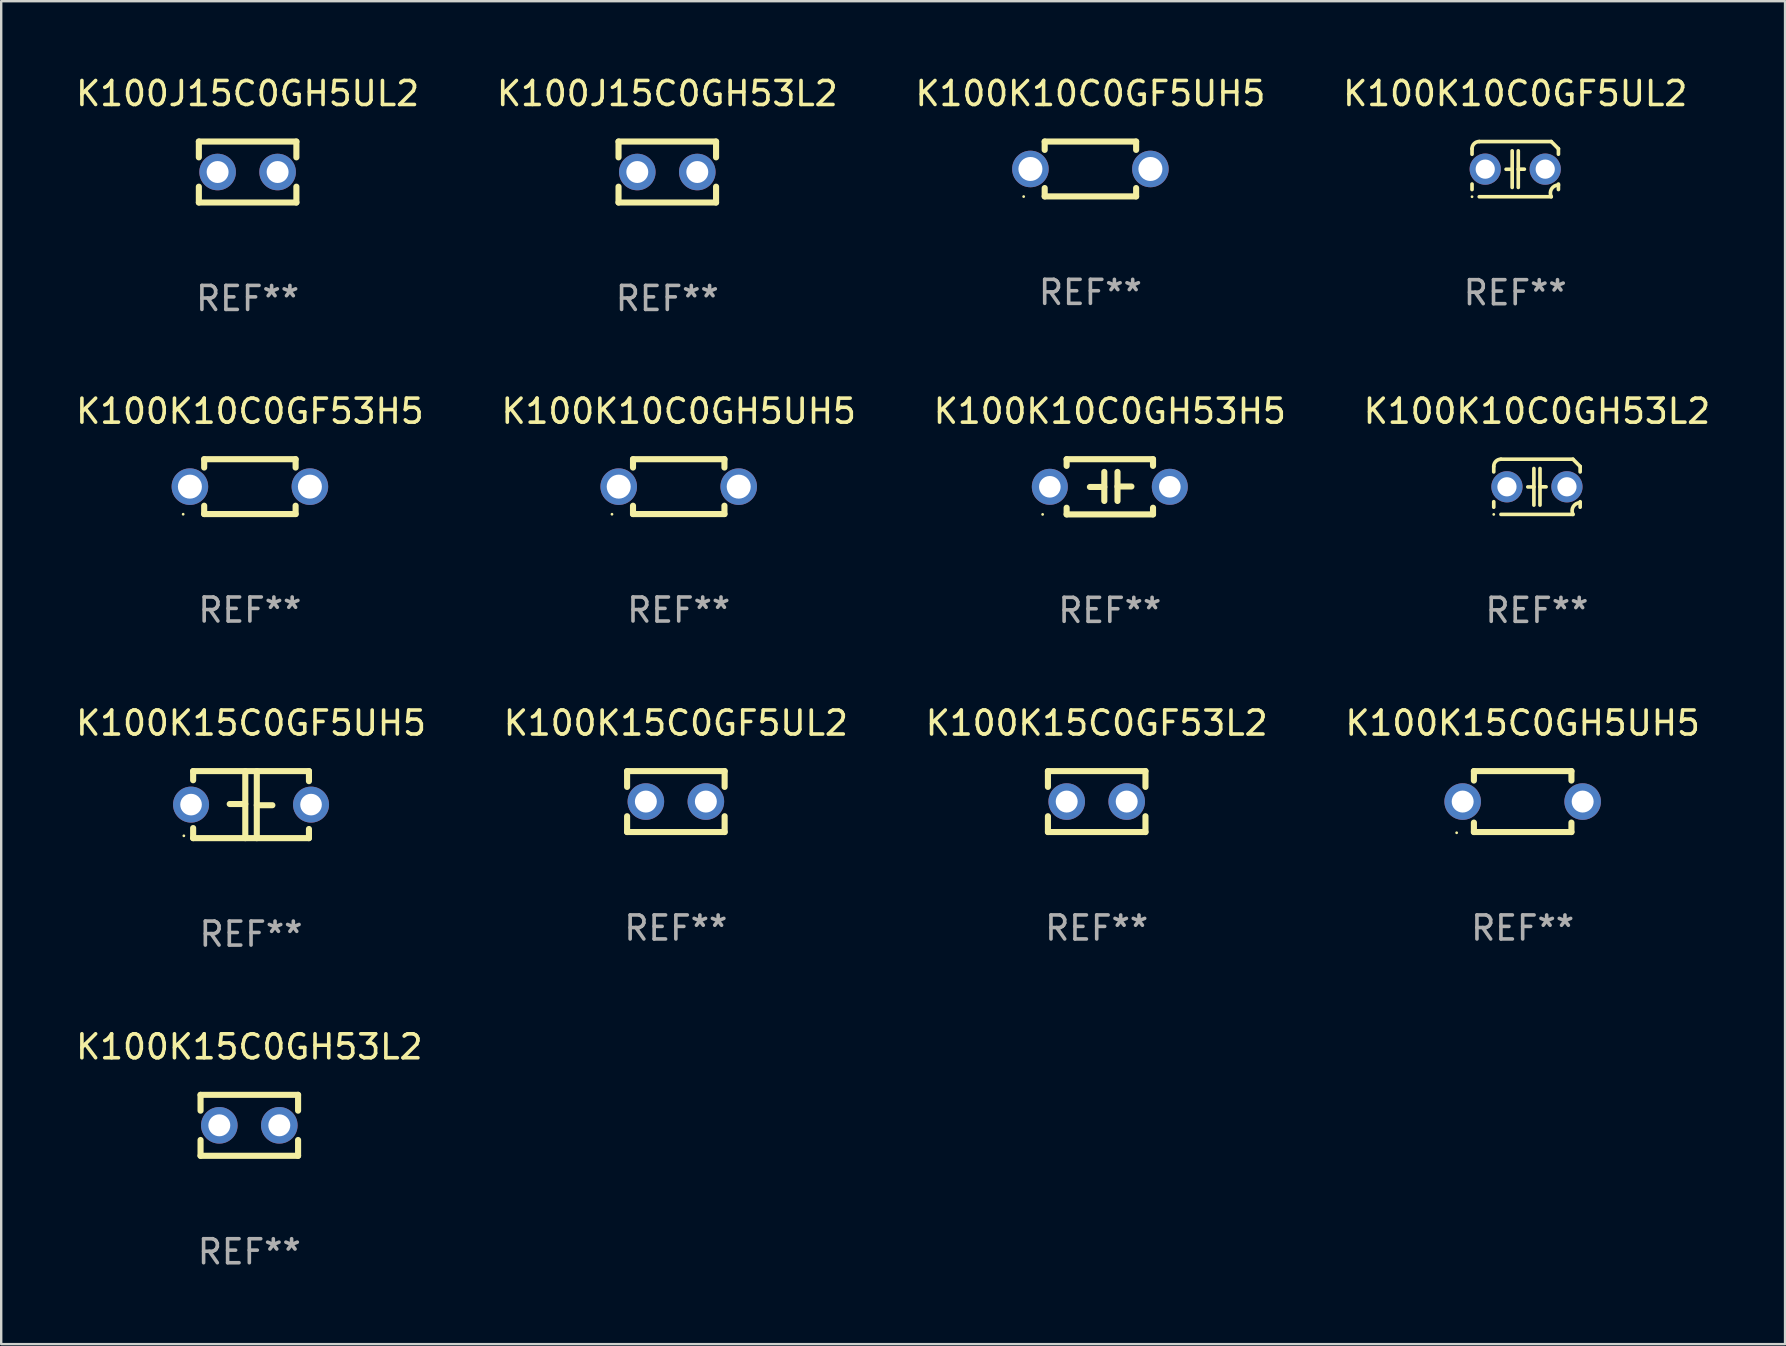
<source format=kicad_pcb>
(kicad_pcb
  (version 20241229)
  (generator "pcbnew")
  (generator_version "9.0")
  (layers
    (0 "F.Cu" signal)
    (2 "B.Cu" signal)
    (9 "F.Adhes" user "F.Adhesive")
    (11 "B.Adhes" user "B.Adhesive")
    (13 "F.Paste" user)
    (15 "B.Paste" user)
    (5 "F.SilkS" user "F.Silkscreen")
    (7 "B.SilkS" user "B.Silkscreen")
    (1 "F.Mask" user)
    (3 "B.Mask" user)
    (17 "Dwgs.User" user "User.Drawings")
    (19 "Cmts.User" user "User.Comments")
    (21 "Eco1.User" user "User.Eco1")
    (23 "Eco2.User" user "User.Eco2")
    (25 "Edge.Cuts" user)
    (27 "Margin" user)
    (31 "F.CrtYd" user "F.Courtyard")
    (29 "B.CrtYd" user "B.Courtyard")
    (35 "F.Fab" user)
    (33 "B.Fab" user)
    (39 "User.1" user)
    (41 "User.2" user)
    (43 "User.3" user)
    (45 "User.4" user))
  (footprint "K100K10C0GF5UH5"
    (layer "F.Cu")
    (at 42.387 3.991)
    (property "Reference" "K100K10C0GF5UH5" (at 0 -3.143 0) (layer "F.SilkS") (effects (font (size 1 1) (thickness 0.15))))
    (attr through_hole)
    (fp_line (start -1.905 -1.143) (end 1.905 -1.143) (stroke (width 0.254) (type solid)) (layer "F.SilkS"))
    (fp_line (start -1.905 -0.795) (end -1.905 -1.143) (stroke (width 0.254) (type solid)) (layer "F.SilkS"))
    (fp_line (start -1.905 1.143) (end -1.905 0.795) (stroke (width 0.254) (type solid)) (layer "F.SilkS"))
    (fp_line (start 1.905 -1.143) (end 1.905 -0.795) (stroke (width 0.254) (type solid)) (layer "F.SilkS"))
    (fp_line (start 1.905 0.795) (end 1.905 1.143) (stroke (width 0.254) (type solid)) (layer "F.SilkS"))
    (fp_line (start 1.905 1.143) (end -1.905 1.143) (stroke (width 0.254) (type solid)) (layer "F.SilkS"))
    (fp_circle (center -2.781 1.15) (end -2.751 1.15) (stroke (width 0.06) (type solid)) (fill no) (layer "F.SilkS"))
    (fp_text user "REF**" (at 0 5.143 0) (layer "F.Fab") (effects (font (size 1 1) (thickness 0.15))))
    (pad "1" thru_hole circle (at -2.5 0) (size 1.524 1.524) (drill 1) (layers "*.Cu" "*.Mask"))
    (pad "2" thru_hole circle (at 2.5 0) (size 1.524 1.524) (drill 1) (layers "*.Cu" "*.Mask")))
  (footprint "K100K10C0GH53H5"
    (layer "F.Cu")
    (at 43.196 17.235)
    (property "Reference" "K100K10C0GH53H5" (at 0 -3.15 0) (layer "F.SilkS") (effects (font (size 1 1) (thickness 0.15))))
    (attr through_hole)
    (fp_line (start -1.8 -1.15) (end -1.8 -0.872) (stroke (width 0.254) (type solid)) (layer "F.SilkS"))
    (fp_line (start -1.8 -1.15) (end 1.8 -1.15) (stroke (width 0.254) (type solid)) (layer "F.SilkS"))
    (fp_line (start -1.8 0.872) (end -1.8 1.15) (stroke (width 0.254) (type solid)) (layer "F.SilkS"))
    (fp_line (start -1.8 1.15) (end 1.8 1.15) (stroke (width 0.254) (type solid)) (layer "F.SilkS"))
    (fp_line (start -0.23 -0.62) (end -0.23 0.59) (stroke (width 0.254) (type solid)) (layer "F.SilkS"))
    (fp_line (start -0.23 0.007) (end -0.83 0.007) (stroke (width 0.254) (type solid)) (layer "F.SilkS"))
    (fp_line (start 0.32 -0.62) (end 0.32 0.59) (stroke (width 0.254) (type solid)) (layer "F.SilkS"))
    (fp_line (start 0.32 -0.012) (end 0.9 -0.012) (stroke (width 0.254) (type solid)) (layer "F.SilkS"))
    (fp_line (start 1.8 -1.15) (end 1.8 -0.872) (stroke (width 0.254) (type solid)) (layer "F.SilkS"))
    (fp_line (start 1.8 0.872) (end 1.8 1.15) (stroke (width 0.254) (type solid)) (layer "F.SilkS"))
    (fp_circle (center -2.8 1.15) (end -2.77 1.15) (stroke (width 0.06) (type solid)) (fill no) (layer "F.SilkS"))
    (fp_text user "REF**" (at 0 5.15 0) (layer "F.Fab") (effects (font (size 1 1) (thickness 0.15))))
    (pad "1" thru_hole circle (at -2.5 0) (size 1.5 1.5) (drill 0.9) (layers "*.Cu" "*.Mask"))
    (pad "2" thru_hole circle (at 2.5 0) (size 1.5 1.5) (drill 0.9) (layers "*.Cu" "*.Mask")))
  (footprint "K100K15C0GH5UH5"
    (layer "F.Cu")
    (at 60.399 30.351)
    (property "Reference" "K100K15C0GH5UH5" (at 0 -3.27 0) (layer "F.SilkS") (effects (font (size 1 1) (thickness 0.15))))
    (attr through_hole)
    (fp_line (start -2.032 -1.27) (end -2.032 -0.876) (stroke (width 0.254) (type solid)) (layer "F.SilkS"))
    (fp_line (start -2.032 0.876) (end -2.032 1.27) (stroke (width 0.254) (type solid)) (layer "F.SilkS"))
    (fp_line (start -2.032 1.27) (end 2.032 1.27) (stroke (width 0.254) (type solid)) (layer "F.SilkS"))
    (fp_line (start 2.032 -1.27) (end -2.032 -1.27) (stroke (width 0.254) (type solid)) (layer "F.SilkS"))
    (fp_line (start 2.032 -0.876) (end 2.032 -1.27) (stroke (width 0.254) (type solid)) (layer "F.SilkS"))
    (fp_line (start 2.032 1.27) (end 2.032 0.876) (stroke (width 0.254) (type solid)) (layer "F.SilkS"))
    (fp_circle (center -2.751 1.3) (end -2.721 1.3) (stroke (width 0.06) (type solid)) (fill no) (layer "F.SilkS"))
    (fp_text user "REF**" (at 0 5.27 0) (layer "F.Fab") (effects (font (size 1 1) (thickness 0.15))))
    (pad "1" thru_hole circle (at -2.5 0) (size 1.524 1.524) (drill 0.914) (layers "*.Cu" "*.Mask"))
    (pad "2" thru_hole circle (at 2.5 0) (size 1.524 1.524) (drill 0.914) (layers "*.Cu" "*.Mask")))
  (footprint "K100J15C0GH53L2"
    (layer "F.Cu")
    (at 24.756 4.118)
    (property "Reference" "K100J15C0GH53L2" (at 0 -3.27 0) (layer "F.SilkS") (effects (font (size 1 1) (thickness 0.15))))
    (attr through_hole)
    (fp_line (start -2.032 -1.27) (end -2.032 -0.611) (stroke (width 0.254) (type solid)) (layer "F.SilkS"))
    (fp_line (start -2.032 0.611) (end -2.032 1.27) (stroke (width 0.254) (type solid)) (layer "F.SilkS"))
    (fp_line (start -2.032 1.27) (end 2.032 1.27) (stroke (width 0.254) (type solid)) (layer "F.SilkS"))
    (fp_line (start 2.032 -1.27) (end -2.032 -1.27) (stroke (width 0.254) (type solid)) (layer "F.SilkS"))
    (fp_line (start 2.032 -0.611) (end 2.032 -1.27) (stroke (width 0.254) (type solid)) (layer "F.SilkS"))
    (fp_line (start 2.032 1.27) (end 2.032 0.611) (stroke (width 0.254) (type solid)) (layer "F.SilkS"))
    (fp_circle (center -2 1.3) (end -1.97 1.3) (stroke (width 0.06) (type solid)) (fill no) (layer "F.SilkS"))
    (fp_text user "REF**" (at 0 5.27 0) (layer "F.Fab") (effects (font (size 1 1) (thickness 0.15))))
    (pad "1" thru_hole circle (at -1.25 0) (size 1.524 1.524) (drill 0.914) (layers "*.Cu" "*.Mask"))
    (pad "2" thru_hole circle (at 1.25 0) (size 1.524 1.524) (drill 0.914) (layers "*.Cu" "*.Mask")))
  (footprint "K100J15C0GH5UL2"
    (layer "F.Cu")
    (at 7.268 4.118)
    (property "Reference" "K100J15C0GH5UL2" (at 0 -3.27 0) (layer "F.SilkS") (effects (font (size 1 1) (thickness 0.15))))
    (attr through_hole)
    (fp_line (start -2.032 -1.27) (end -2.032 -0.611) (stroke (width 0.254) (type solid)) (layer "F.SilkS"))
    (fp_line (start -2.032 0.611) (end -2.032 1.27) (stroke (width 0.254) (type solid)) (layer "F.SilkS"))
    (fp_line (start -2.032 1.27) (end 2.032 1.27) (stroke (width 0.254) (type solid)) (layer "F.SilkS"))
    (fp_line (start 2.032 -1.27) (end -2.032 -1.27) (stroke (width 0.254) (type solid)) (layer "F.SilkS"))
    (fp_line (start 2.032 -0.611) (end 2.032 -1.27) (stroke (width 0.254) (type solid)) (layer "F.SilkS"))
    (fp_line (start 2.032 1.27) (end 2.032 0.611) (stroke (width 0.254) (type solid)) (layer "F.SilkS"))
    (fp_circle (center -2 1.3) (end -1.97 1.3) (stroke (width 0.06) (type solid)) (fill no) (layer "F.SilkS"))
    (fp_text user "REF**" (at 0 5.27 0) (layer "F.Fab") (effects (font (size 1 1) (thickness 0.15))))
    (pad "1" thru_hole circle (at -1.25 0) (size 1.524 1.524) (drill 0.914) (layers "*.Cu" "*.Mask"))
    (pad "2" thru_hole circle (at 1.25 0) (size 1.524 1.524) (drill 0.914) (layers "*.Cu" "*.Mask")))
  (footprint "K100K15C0GH53L2"
    (layer "F.Cu")
    (at 7.339 43.842)
    (property "Reference" "K100K15C0GH53L2" (at 0 -3.27 0) (layer "F.SilkS") (effects (font (size 1 1) (thickness 0.15))))
    (attr through_hole)
    (fp_line (start -2.032 -1.27) (end -2.032 -0.611) (stroke (width 0.254) (type solid)) (layer "F.SilkS"))
    (fp_line (start -2.032 0.611) (end -2.032 1.27) (stroke (width 0.254) (type solid)) (layer "F.SilkS"))
    (fp_line (start -2.032 1.27) (end 2.032 1.27) (stroke (width 0.254) (type solid)) (layer "F.SilkS"))
    (fp_line (start 2.032 -1.27) (end -2.032 -1.27) (stroke (width 0.254) (type solid)) (layer "F.SilkS"))
    (fp_line (start 2.032 -0.611) (end 2.032 -1.27) (stroke (width 0.254) (type solid)) (layer "F.SilkS"))
    (fp_line (start 2.032 1.27) (end 2.032 0.611) (stroke (width 0.254) (type solid)) (layer "F.SilkS"))
    (fp_circle (center -2 1.3) (end -1.97 1.3) (stroke (width 0.06) (type solid)) (fill no) (layer "F.SilkS"))
    (fp_text user "REF**" (at 0 5.27 0) (layer "F.Fab") (effects (font (size 1 1) (thickness 0.15))))
    (pad "1" thru_hole circle (at -1.25 0) (size 1.524 1.524) (drill 0.914) (layers "*.Cu" "*.Mask"))
    (pad "2" thru_hole circle (at 1.25 0) (size 1.524 1.524) (drill 0.914) (layers "*.Cu" "*.Mask")))
  (footprint "K100K10C0GF53H5"
    (layer "F.Cu")
    (at 7.363 17.228)
    (property "Reference" "K100K10C0GF53H5" (at 0 -3.143 0) (layer "F.SilkS") (effects (font (size 1 1) (thickness 0.15))))
    (attr through_hole)
    (fp_line (start -1.905 -1.143) (end 1.905 -1.143) (stroke (width 0.254) (type solid)) (layer "F.SilkS"))
    (fp_line (start -1.905 -0.795) (end -1.905 -1.143) (stroke (width 0.254) (type solid)) (layer "F.SilkS"))
    (fp_line (start -1.905 1.143) (end -1.905 0.795) (stroke (width 0.254) (type solid)) (layer "F.SilkS"))
    (fp_line (start 1.905 -1.143) (end 1.905 -0.795) (stroke (width 0.254) (type solid)) (layer "F.SilkS"))
    (fp_line (start 1.905 0.795) (end 1.905 1.143) (stroke (width 0.254) (type solid)) (layer "F.SilkS"))
    (fp_line (start 1.905 1.143) (end -1.905 1.143) (stroke (width 0.254) (type solid)) (layer "F.SilkS"))
    (fp_circle (center -2.781 1.15) (end -2.751 1.15) (stroke (width 0.06) (type solid)) (fill no) (layer "F.SilkS"))
    (fp_text user "REF**" (at 0 5.143 0) (layer "F.Fab") (effects (font (size 1 1) (thickness 0.15))))
    (pad "1" thru_hole circle (at -2.5 0) (size 1.524 1.524) (drill 1) (layers "*.Cu" "*.Mask"))
    (pad "2" thru_hole circle (at 2.5 0) (size 1.524 1.524) (drill 1) (layers "*.Cu" "*.Mask")))
  (footprint "K100K15C0GF53L2"
    (layer "F.Cu")
    (at 42.649 30.351)
    (property "Reference" "K100K15C0GF53L2" (at 0 -3.27 0) (layer "F.SilkS") (effects (font (size 1 1) (thickness 0.15))))
    (attr through_hole)
    (fp_line (start -2.032 -1.27) (end -2.032 -0.611) (stroke (width 0.254) (type solid)) (layer "F.SilkS"))
    (fp_line (start -2.032 0.611) (end -2.032 1.27) (stroke (width 0.254) (type solid)) (layer "F.SilkS"))
    (fp_line (start -2.032 1.27) (end 2.032 1.27) (stroke (width 0.254) (type solid)) (layer "F.SilkS"))
    (fp_line (start 2.032 -1.27) (end -2.032 -1.27) (stroke (width 0.254) (type solid)) (layer "F.SilkS"))
    (fp_line (start 2.032 -0.611) (end 2.032 -1.27) (stroke (width 0.254) (type solid)) (layer "F.SilkS"))
    (fp_line (start 2.032 1.27) (end 2.032 0.611) (stroke (width 0.254) (type solid)) (layer "F.SilkS"))
    (fp_circle (center -2 1.3) (end -1.97 1.3) (stroke (width 0.06) (type solid)) (fill no) (layer "F.SilkS"))
    (fp_text user "REF**" (at 0 5.27 0) (layer "F.Fab") (effects (font (size 1 1) (thickness 0.15))))
    (pad "1" thru_hole circle (at -1.25 0) (size 1.524 1.524) (drill 0.914) (layers "*.Cu" "*.Mask"))
    (pad "2" thru_hole circle (at 1.25 0) (size 1.524 1.524) (drill 0.914) (layers "*.Cu" "*.Mask")))
  (footprint "K100K10C0GF5UL2"
    (layer "F.Cu")
    (at 60.089 3.998)
    (property "Reference" "K100K10C0GF5UL2" (at 0 -3.15 0) (layer "F.SilkS") (effects (font (size 1 1) (thickness 0.15))))
    (attr through_hole)
    (fp_line (start -1.8 -0.621) (end -1.8 -0.85) (stroke (width 0.152) (type solid)) (layer "F.SilkS"))
    (fp_line (start -1.8 0.85) (end -1.8 0.621) (stroke (width 0.152) (type solid)) (layer "F.SilkS"))
    (fp_line (start -1.5 -1.15) (end 1.5 -1.15) (stroke (width 0.152) (type solid)) (layer "F.SilkS"))
    (fp_line (start -0.127 -0.762) (end -0.127 0.762) (stroke (width 0.152) (type solid)) (layer "F.SilkS"))
    (fp_line (start -0.127 0.005) (end -0.381 0.005) (stroke (width 0.152) (type solid)) (layer "F.SilkS"))
    (fp_line (start 0.127 -0.762) (end 0.127 0.762) (stroke (width 0.152) (type solid)) (layer "F.SilkS"))
    (fp_line (start 0.127 0.002) (end 0.381 0.002) (stroke (width 0.152) (type solid)) (layer "F.SilkS"))
    (fp_line (start 1.5 1.15) (end -1.5 1.15) (stroke (width 0.152) (type solid)) (layer "F.SilkS"))
    (fp_line (start 1.8 -0.85) (end 1.8 -0.621) (stroke (width 0.152) (type solid)) (layer "F.SilkS"))
    (fp_line (start 1.8 0.621) (end 1.8 0.85) (stroke (width 0.152) (type solid)) (layer "F.SilkS"))
    (fp_arc (start -1.799975 -0.849987) (mid -1.712107 -1.062119) (end -1.499975 -1.149987) (stroke (width 0.151994) (type solid)) (layer "F.SilkS"))
    (fp_arc (start 1.499975 1.149987) (mid 1.513726 0.822359) (end 1.799975 0.662387) (stroke (width 0.151994) (type solid)) (layer "F.SilkS"))
    (fp_arc (start 1.500001 -1.149986) (mid 1.650015 -1.000001) (end 1.8 -0.849987) (stroke (width 0.151994) (type solid)) (layer "F.SilkS"))
    (fp_circle (center -1.8 1.15) (end -1.77 1.15) (stroke (width 0.06) (type solid)) (fill no) (layer "F.SilkS"))
    (fp_text user "REF**" (at 0 5.15 0) (layer "F.Fab") (effects (font (size 1 1) (thickness 0.15))))
    (pad "1" thru_hole circle (at -1.25 0) (size 1.3 1.3) (drill 0.8) (layers "*.Cu" "*.Mask"))
    (pad "2" thru_hole circle (at 1.25 0) (size 1.3 1.3) (drill 0.8) (layers "*.Cu" "*.Mask")))
  (footprint "K100K10C0GH5UH5"
    (layer "F.Cu")
    (at 25.232 17.228)
    (property "Reference" "K100K10C0GH5UH5" (at 0 -3.143 0) (layer "F.SilkS") (effects (font (size 1 1) (thickness 0.15))))
    (attr through_hole)
    (fp_line (start -1.905 -1.143) (end 1.905 -1.143) (stroke (width 0.254) (type solid)) (layer "F.SilkS"))
    (fp_line (start -1.905 -0.795) (end -1.905 -1.143) (stroke (width 0.254) (type solid)) (layer "F.SilkS"))
    (fp_line (start -1.905 1.143) (end -1.905 0.795) (stroke (width 0.254) (type solid)) (layer "F.SilkS"))
    (fp_line (start 1.905 -1.143) (end 1.905 -0.795) (stroke (width 0.254) (type solid)) (layer "F.SilkS"))
    (fp_line (start 1.905 0.795) (end 1.905 1.143) (stroke (width 0.254) (type solid)) (layer "F.SilkS"))
    (fp_line (start 1.905 1.143) (end -1.905 1.143) (stroke (width 0.254) (type solid)) (layer "F.SilkS"))
    (fp_circle (center -2.781 1.15) (end -2.751 1.15) (stroke (width 0.06) (type solid)) (fill no) (layer "F.SilkS"))
    (fp_text user "REF**" (at 0 5.143 0) (layer "F.Fab") (effects (font (size 1 1) (thickness 0.15))))
    (pad "1" thru_hole circle (at -2.5 0) (size 1.524 1.524) (drill 1) (layers "*.Cu" "*.Mask"))
    (pad "2" thru_hole circle (at 2.5 0) (size 1.524 1.524) (drill 1) (layers "*.Cu" "*.Mask")))
  (footprint "K100K10C0GH53L2"
    (layer "F.Cu")
    (at 60.994 17.235)
    (property "Reference" "K100K10C0GH53L2" (at 0 -3.15 0) (layer "F.SilkS") (effects (font (size 1 1) (thickness 0.15))))
    (attr through_hole)
    (fp_line (start -1.8 -0.621) (end -1.8 -0.85) (stroke (width 0.152) (type solid)) (layer "F.SilkS"))
    (fp_line (start -1.8 0.85) (end -1.8 0.621) (stroke (width 0.152) (type solid)) (layer "F.SilkS"))
    (fp_line (start -1.5 -1.15) (end 1.5 -1.15) (stroke (width 0.152) (type solid)) (layer "F.SilkS"))
    (fp_line (start -0.127 -0.762) (end -0.127 0.762) (stroke (width 0.152) (type solid)) (layer "F.SilkS"))
    (fp_line (start -0.127 0.005) (end -0.381 0.005) (stroke (width 0.152) (type solid)) (layer "F.SilkS"))
    (fp_line (start 0.127 -0.762) (end 0.127 0.762) (stroke (width 0.152) (type solid)) (layer "F.SilkS"))
    (fp_line (start 0.127 0.002) (end 0.381 0.002) (stroke (width 0.152) (type solid)) (layer "F.SilkS"))
    (fp_line (start 1.5 1.15) (end -1.5 1.15) (stroke (width 0.152) (type solid)) (layer "F.SilkS"))
    (fp_line (start 1.8 -0.85) (end 1.8 -0.621) (stroke (width 0.152) (type solid)) (layer "F.SilkS"))
    (fp_line (start 1.8 0.621) (end 1.8 0.85) (stroke (width 0.152) (type solid)) (layer "F.SilkS"))
    (fp_arc (start -1.799975 -0.849987) (mid -1.712107 -1.062119) (end -1.499975 -1.149987) (stroke (width 0.151994) (type solid)) (layer "F.SilkS"))
    (fp_arc (start 1.499975 1.149987) (mid 1.513726 0.822359) (end 1.799975 0.662387) (stroke (width 0.151994) (type solid)) (layer "F.SilkS"))
    (fp_arc (start 1.500001 -1.149986) (mid 1.650015 -1.000001) (end 1.8 -0.849987) (stroke (width 0.151994) (type solid)) (layer "F.SilkS"))
    (fp_circle (center -1.8 1.15) (end -1.77 1.15) (stroke (width 0.06) (type solid)) (fill no) (layer "F.SilkS"))
    (fp_text user "REF**" (at 0 5.15 0) (layer "F.Fab") (effects (font (size 1 1) (thickness 0.15))))
    (pad "1" thru_hole circle (at -1.25 0) (size 1.3 1.3) (drill 0.8) (layers "*.Cu" "*.Mask"))
    (pad "2" thru_hole circle (at 1.25 0) (size 1.3 1.3) (drill 0.8) (layers "*.Cu" "*.Mask")))
  (footprint "K100K15C0GF5UL2"
    (layer "F.Cu")
    (at 25.113 30.351)
    (property "Reference" "K100K15C0GF5UL2" (at 0 -3.27 0) (layer "F.SilkS") (effects (font (size 1 1) (thickness 0.15))))
    (attr through_hole)
    (fp_line (start -2.032 -1.27) (end -2.032 -0.611) (stroke (width 0.254) (type solid)) (layer "F.SilkS"))
    (fp_line (start -2.032 0.611) (end -2.032 1.27) (stroke (width 0.254) (type solid)) (layer "F.SilkS"))
    (fp_line (start -2.032 1.27) (end 2.032 1.27) (stroke (width 0.254) (type solid)) (layer "F.SilkS"))
    (fp_line (start 2.032 -1.27) (end -2.032 -1.27) (stroke (width 0.254) (type solid)) (layer "F.SilkS"))
    (fp_line (start 2.032 -0.611) (end 2.032 -1.27) (stroke (width 0.254) (type solid)) (layer "F.SilkS"))
    (fp_line (start 2.032 1.27) (end 2.032 0.611) (stroke (width 0.254) (type solid)) (layer "F.SilkS"))
    (fp_circle (center -2 1.3) (end -1.97 1.3) (stroke (width 0.06) (type solid)) (fill no) (layer "F.SilkS"))
    (fp_text user "REF**" (at 0 5.27 0) (layer "F.Fab") (effects (font (size 1 1) (thickness 0.15))))
    (pad "1" thru_hole circle (at -1.25 0) (size 1.524 1.524) (drill 0.914) (layers "*.Cu" "*.Mask"))
    (pad "2" thru_hole circle (at 1.25 0) (size 1.524 1.524) (drill 0.914) (layers "*.Cu" "*.Mask")))
  (footprint "K100K15C0GF5UH5"
    (layer "F.Cu")
    (at 7.411 30.478)
    (property "Reference" "K100K15C0GF5UH5" (at 0 -3.397 0) (layer "F.SilkS") (effects (font (size 1 1) (thickness 0.15))))
    (attr through_hole)
    (fp_line (start -2.413 -1.397) (end 2.413 -1.397) (stroke (width 0.254) (type solid)) (layer "F.SilkS"))
    (fp_line (start -2.413 -1.016) (end -2.413 -1.397) (stroke (width 0.254) (type solid)) (layer "F.SilkS"))
    (fp_line (start -2.413 0.977) (end -2.413 1.397) (stroke (width 0.254) (type solid)) (layer "F.SilkS"))
    (fp_line (start -0.24 -0.025) (end -0.889 -0.025) (stroke (width 0.254) (type solid)) (layer "F.SilkS"))
    (fp_line (start -0.24 1.397) (end -0.24 -1.397) (stroke (width 0.254) (type solid)) (layer "F.SilkS"))
    (fp_line (start 0.24 -1.397) (end 0.24 1.397) (stroke (width 0.254) (type solid)) (layer "F.SilkS"))
    (fp_line (start 0.24 0.025) (end 0.889 0.025) (stroke (width 0.254) (type solid)) (layer "F.SilkS"))
    (fp_line (start 2.413 -0.977) (end 2.413 -1.397) (stroke (width 0.254) (type solid)) (layer "F.SilkS"))
    (fp_line (start 2.413 1.016) (end 2.413 1.397) (stroke (width 0.254) (type solid)) (layer "F.SilkS"))
    (fp_line (start 2.413 1.397) (end -2.413 1.397) (stroke (width 0.254) (type solid)) (layer "F.SilkS"))
    (fp_circle (center -2.8 1.3) (end -2.77 1.3) (stroke (width 0.06) (type solid)) (fill no) (layer "F.SilkS"))
    (fp_text user "REF**" (at 0 5.397 0) (layer "F.Fab") (effects (font (size 1 1) (thickness 0.15))))
    (pad "1" thru_hole circle (at -2.5 0) (size 1.5 1.5) (drill 0.9) (layers "*.Cu" "*.Mask"))
    (pad "2" thru_hole circle (at 2.5 0) (size 1.5 1.5) (drill 0.9) (layers "*.Cu" "*.Mask")))
  (gr_rect
    (start -3 -3)
    (end 71.333 52.96)
    (stroke (width 0.1) (type default))
    (fill no)
    (layer "Edge.Cuts")))
</source>
